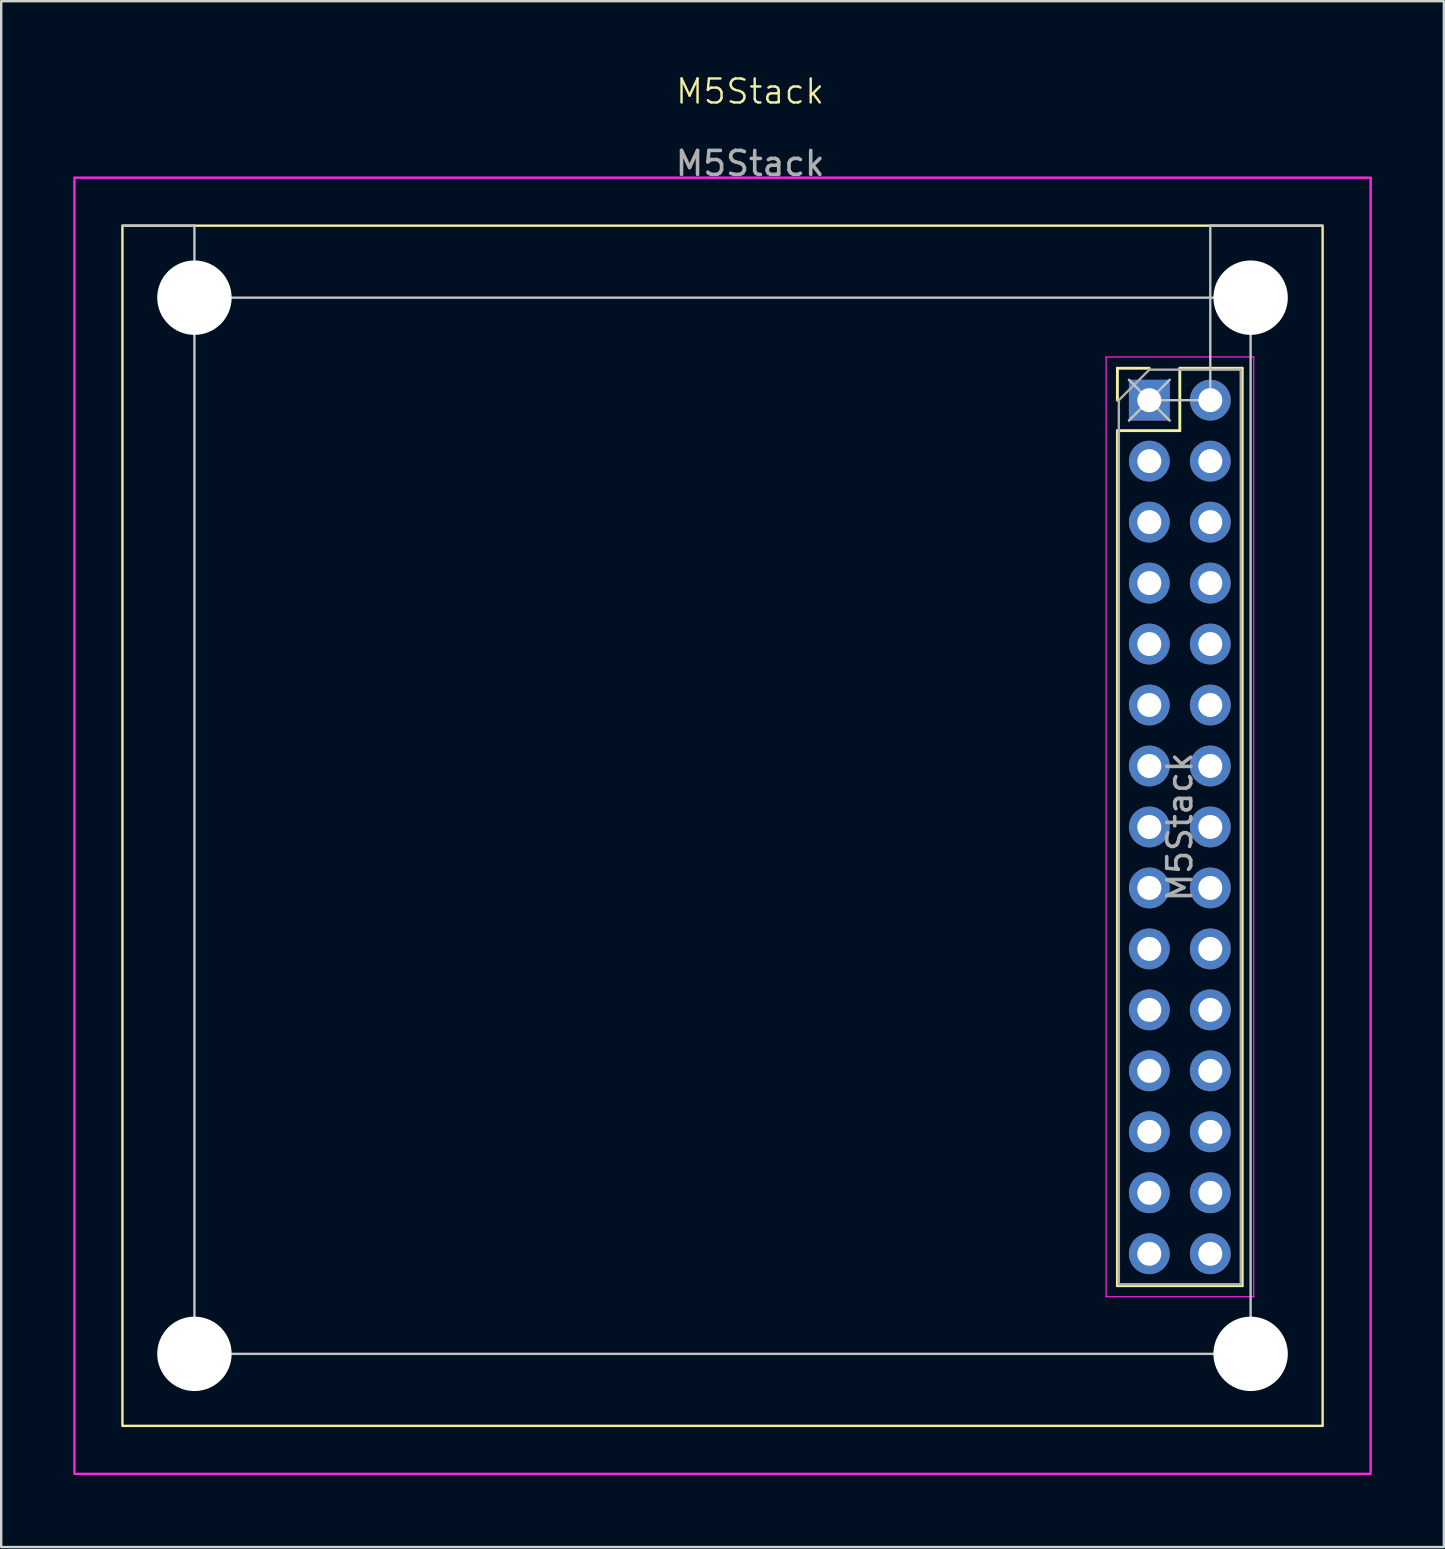
<source format=kicad_pcb>
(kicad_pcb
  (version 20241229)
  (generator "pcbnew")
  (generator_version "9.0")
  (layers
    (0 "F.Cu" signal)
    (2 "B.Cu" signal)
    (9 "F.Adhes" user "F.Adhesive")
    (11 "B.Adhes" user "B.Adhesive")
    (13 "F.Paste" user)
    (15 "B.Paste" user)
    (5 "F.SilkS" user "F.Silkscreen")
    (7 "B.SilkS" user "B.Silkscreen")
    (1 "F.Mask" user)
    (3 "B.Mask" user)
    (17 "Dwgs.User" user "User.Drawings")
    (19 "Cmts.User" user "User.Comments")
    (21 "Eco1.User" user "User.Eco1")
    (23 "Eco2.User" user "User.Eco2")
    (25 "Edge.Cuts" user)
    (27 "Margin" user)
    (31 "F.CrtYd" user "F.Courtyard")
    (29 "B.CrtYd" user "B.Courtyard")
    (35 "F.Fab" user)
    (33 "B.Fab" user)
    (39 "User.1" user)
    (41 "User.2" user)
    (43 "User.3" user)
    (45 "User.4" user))
  (footprint "M5Stack"
    (layer "F.Cu")
    (at 2.05 6.351)
    (property "Reference" "M5Stack" (at 26.15 -5.59 0) (unlocked yes) (layer "F.SilkS") (effects (font (size 1 1) (thickness 0.1))))
    (attr smd)
    (fp_line (start 41.45 5.94) (end 42.78 5.94) (stroke (width 0.12) (type solid)) (layer "F.SilkS"))
    (fp_line (start 41.45 7.27) (end 41.45 5.94) (stroke (width 0.12) (type solid)) (layer "F.SilkS"))
    (fp_line (start 41.45 8.54) (end 41.45 44.16) (stroke (width 0.12) (type solid)) (layer "F.SilkS"))
    (fp_line (start 41.45 8.54) (end 44.05 8.54) (stroke (width 0.12) (type solid)) (layer "F.SilkS"))
    (fp_line (start 41.45 44.16) (end 46.65 44.16) (stroke (width 0.12) (type solid)) (layer "F.SilkS"))
    (fp_line (start 44.05 5.94) (end 46.65 5.94) (stroke (width 0.12) (type solid)) (layer "F.SilkS"))
    (fp_line (start 44.05 8.54) (end 44.05 5.94) (stroke (width 0.12) (type solid)) (layer "F.SilkS"))
    (fp_line (start 46.65 5.94) (end 46.65 44.16) (stroke (width 0.12) (type solid)) (layer "F.SilkS"))
    (fp_rect (start 0 0) (end 50 50) (stroke (width 0.1) (type default)) (fill no) (layer "F.SilkS"))
    (fp_line (start 0 0) (end 3 0) (stroke (width 0.1) (type default)) (layer "Dwgs.User"))
    (fp_line (start 3 0) (end 3 3) (stroke (width 0.1) (type default)) (layer "Dwgs.User"))
    (fp_line (start 41.93 6.42) (end 43.63 8.12) (stroke (width 0.1) (type default)) (layer "Dwgs.User"))
    (fp_line (start 43.63 6.42) (end 41.93 8.12) (stroke (width 0.1) (type default)) (layer "Dwgs.User"))
    (fp_line (start 45.32 0) (end 45.32 7.27) (stroke (width 0.1) (type default)) (layer "Dwgs.User"))
    (fp_line (start 45.32 7.27) (end 42.78 7.27) (stroke (width 0.1) (type default)) (layer "Dwgs.User"))
    (fp_line (start 50 0) (end 45.32 0) (stroke (width 0.1) (type default)) (layer "Dwgs.User"))
    (fp_rect (start 3 3) (end 47 47) (stroke (width 0.1) (type default)) (fill no) (layer "Dwgs.User"))
    (fp_line (start 40.98 5.47) (end 40.98 44.62) (stroke (width 0.05) (type solid)) (layer "F.CrtYd"))
    (fp_line (start 40.98 44.62) (end 47.13 44.62) (stroke (width 0.05) (type solid)) (layer "F.CrtYd"))
    (fp_line (start 47.13 5.47) (end 40.98 5.47) (stroke (width 0.05) (type solid)) (layer "F.CrtYd"))
    (fp_line (start 47.13 44.62) (end 47.13 5.47) (stroke (width 0.05) (type solid)) (layer "F.CrtYd"))
    (fp_rect (start -2 -2) (end 52 52) (stroke (width 0.1) (type default)) (fill no) (layer "F.CrtYd"))
    (fp_line (start 41.51 7.27) (end 42.78 6) (stroke (width 0.1) (type solid)) (layer "F.Fab"))
    (fp_line (start 41.51 44.1) (end 41.51 7.27) (stroke (width 0.1) (type solid)) (layer "F.Fab"))
    (fp_line (start 42.78 6) (end 46.59 6) (stroke (width 0.1) (type solid)) (layer "F.Fab"))
    (fp_line (start 46.59 6) (end 46.59 44.1) (stroke (width 0.1) (type solid)) (layer "F.Fab"))
    (fp_line (start 46.59 44.1) (end 41.51 44.1) (stroke (width 0.1) (type solid)) (layer "F.Fab"))
    (fp_text user "${REFERENCE}" (at 26.15 -2.59 0) (unlocked yes) (layer "F.Fab") (effects (font (size 1 1) (thickness 0.15))))
    (fp_text user "${REFERENCE}" (at 44.05 25.05 90) (layer "F.Fab") (effects (font (size 1 1) (thickness 0.15))))
    (pad "" np_thru_hole circle (at 3 3) (size 3.1 3.1) (drill 3.1) (layers "*.Cu" "*.Mask"))
    (pad "" np_thru_hole circle (at 3 47) (size 3.1 3.1) (drill 3.1) (layers "*.Cu" "*.Mask"))
    (pad "" np_thru_hole circle (at 47 3) (size 3.1 3.1) (drill 3.1) (layers "*.Cu" "*.Mask"))
    (pad "" np_thru_hole circle (at 47 47) (size 3.1 3.1) (drill 3.1) (layers "*.Cu" "*.Mask"))
    (pad "1" thru_hole rect (at 42.78 7.27) (size 1.7 1.7) (drill 1) (layers "*.Cu" "*.Mask"))
    (pad "2" thru_hole oval (at 45.32 7.27) (size 1.7 1.7) (drill 1) (layers "*.Cu" "*.Mask"))
    (pad "3" thru_hole oval (at 42.78 9.81) (size 1.7 1.7) (drill 1) (layers "*.Cu" "*.Mask"))
    (pad "4" thru_hole oval (at 45.32 9.81) (size 1.7 1.7) (drill 1) (layers "*.Cu" "*.Mask"))
    (pad "5" thru_hole oval (at 42.78 12.35) (size 1.7 1.7) (drill 1) (layers "*.Cu" "*.Mask"))
    (pad "6" thru_hole oval (at 45.32 12.35) (size 1.7 1.7) (drill 1) (layers "*.Cu" "*.Mask"))
    (pad "7" thru_hole oval (at 42.78 14.89) (size 1.7 1.7) (drill 1) (layers "*.Cu" "*.Mask"))
    (pad "8" thru_hole oval (at 45.32 14.89) (size 1.7 1.7) (drill 1) (layers "*.Cu" "*.Mask"))
    (pad "9" thru_hole oval (at 42.78 17.43) (size 1.7 1.7) (drill 1) (layers "*.Cu" "*.Mask"))
    (pad "10" thru_hole oval (at 45.32 17.43) (size 1.7 1.7) (drill 1) (layers "*.Cu" "*.Mask"))
    (pad "11" thru_hole oval (at 42.78 19.97) (size 1.7 1.7) (drill 1) (layers "*.Cu" "*.Mask"))
    (pad "12" thru_hole oval (at 45.32 19.97) (size 1.7 1.7) (drill 1) (layers "*.Cu" "*.Mask"))
    (pad "13" thru_hole oval (at 42.78 22.51) (size 1.7 1.7) (drill 1) (layers "*.Cu" "*.Mask"))
    (pad "14" thru_hole oval (at 45.32 22.51) (size 1.7 1.7) (drill 1) (layers "*.Cu" "*.Mask"))
    (pad "15" thru_hole oval (at 42.78 25.05) (size 1.7 1.7) (drill 1) (layers "*.Cu" "*.Mask"))
    (pad "16" thru_hole oval (at 45.32 25.05) (size 1.7 1.7) (drill 1) (layers "*.Cu" "*.Mask"))
    (pad "17" thru_hole oval (at 42.78 27.59) (size 1.7 1.7) (drill 1) (layers "*.Cu" "*.Mask"))
    (pad "18" thru_hole oval (at 45.32 27.59) (size 1.7 1.7) (drill 1) (layers "*.Cu" "*.Mask"))
    (pad "19" thru_hole oval (at 42.78 30.13) (size 1.7 1.7) (drill 1) (layers "*.Cu" "*.Mask"))
    (pad "20" thru_hole oval (at 45.32 30.13) (size 1.7 1.7) (drill 1) (layers "*.Cu" "*.Mask"))
    (pad "21" thru_hole oval (at 42.78 32.67) (size 1.7 1.7) (drill 1) (layers "*.Cu" "*.Mask"))
    (pad "22" thru_hole oval (at 45.32 32.67) (size 1.7 1.7) (drill 1) (layers "*.Cu" "*.Mask"))
    (pad "23" thru_hole oval (at 42.78 35.21) (size 1.7 1.7) (drill 1) (layers "*.Cu" "*.Mask"))
    (pad "24" thru_hole oval (at 45.32 35.21) (size 1.7 1.7) (drill 1) (layers "*.Cu" "*.Mask"))
    (pad "25" thru_hole oval (at 42.78 37.75) (size 1.7 1.7) (drill 1) (layers "*.Cu" "*.Mask"))
    (pad "26" thru_hole oval (at 45.32 37.75) (size 1.7 1.7) (drill 1) (layers "*.Cu" "*.Mask"))
    (pad "27" thru_hole oval (at 42.78 40.29) (size 1.7 1.7) (drill 1) (layers "*.Cu" "*.Mask"))
    (pad "28" thru_hole oval (at 45.32 40.29) (size 1.7 1.7) (drill 1) (layers "*.Cu" "*.Mask"))
    (pad "29" thru_hole oval (at 42.78 42.83) (size 1.7 1.7) (drill 1) (layers "*.Cu" "*.Mask"))
    (pad "30" thru_hole oval (at 45.32 42.83) (size 1.7 1.7) (drill 1) (layers "*.Cu" "*.Mask")))
  (gr_rect
    (start -3 -3)
    (end 57.1 61.401)
    (stroke (width 0.1) (type default))
    (fill no)
    (layer "Edge.Cuts")))
</source>
